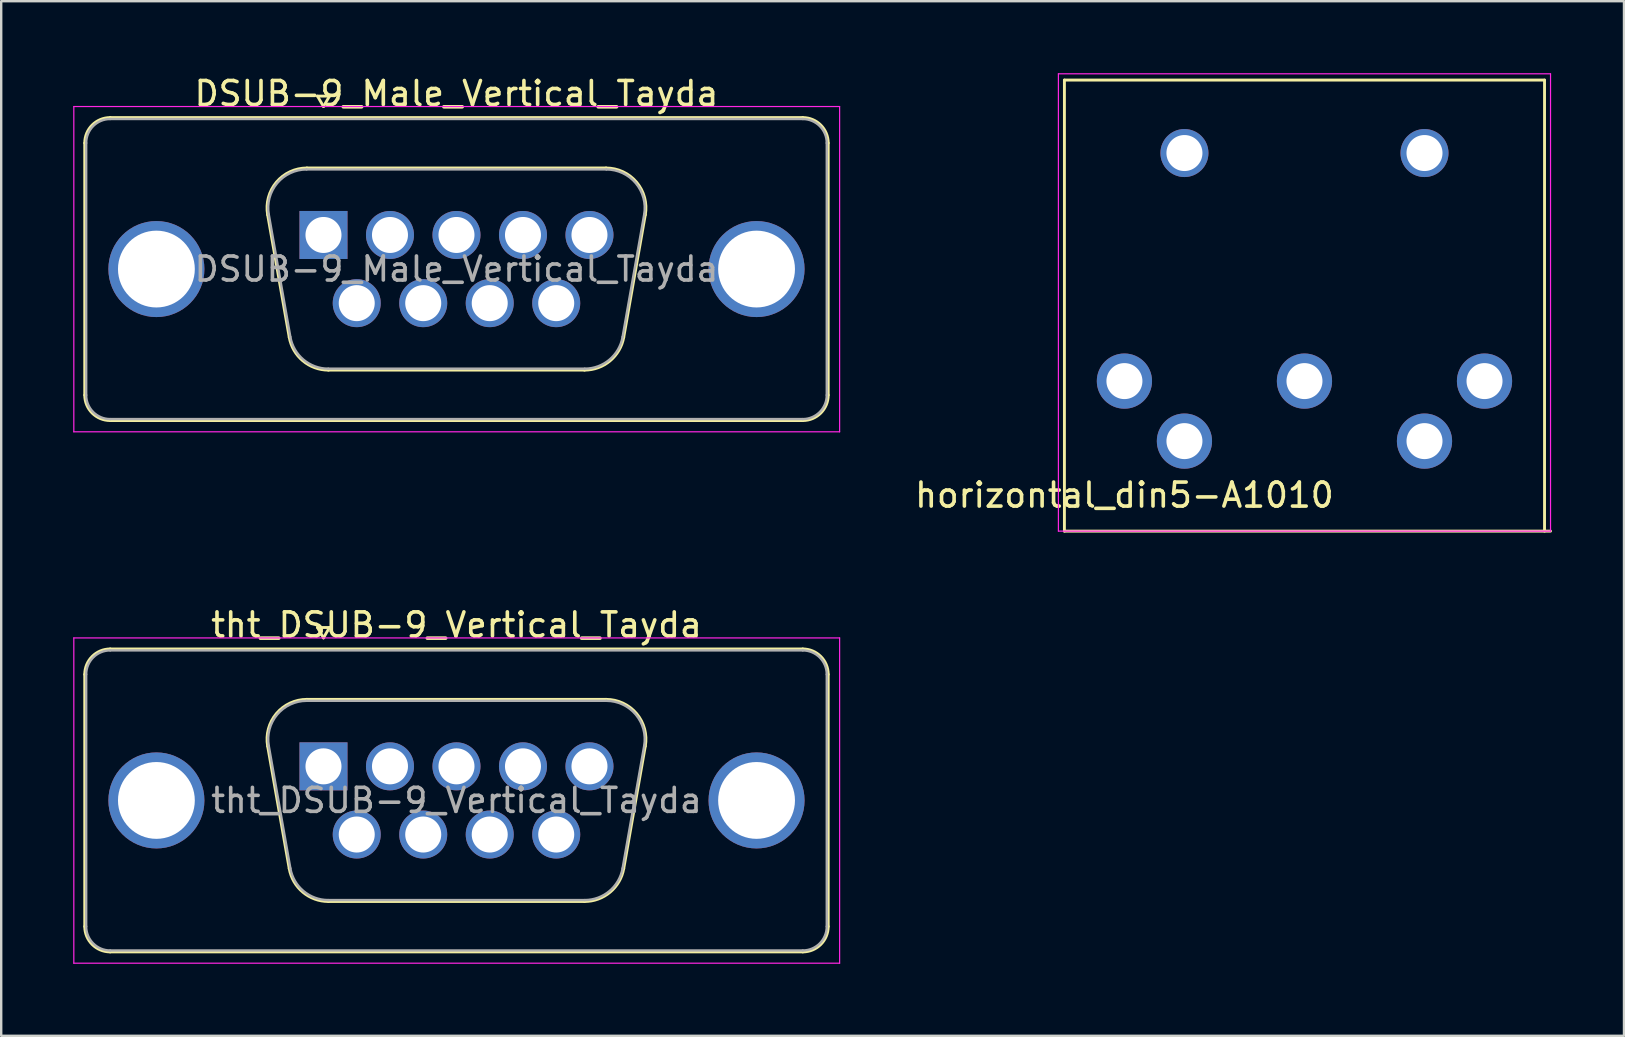
<source format=kicad_pcb>
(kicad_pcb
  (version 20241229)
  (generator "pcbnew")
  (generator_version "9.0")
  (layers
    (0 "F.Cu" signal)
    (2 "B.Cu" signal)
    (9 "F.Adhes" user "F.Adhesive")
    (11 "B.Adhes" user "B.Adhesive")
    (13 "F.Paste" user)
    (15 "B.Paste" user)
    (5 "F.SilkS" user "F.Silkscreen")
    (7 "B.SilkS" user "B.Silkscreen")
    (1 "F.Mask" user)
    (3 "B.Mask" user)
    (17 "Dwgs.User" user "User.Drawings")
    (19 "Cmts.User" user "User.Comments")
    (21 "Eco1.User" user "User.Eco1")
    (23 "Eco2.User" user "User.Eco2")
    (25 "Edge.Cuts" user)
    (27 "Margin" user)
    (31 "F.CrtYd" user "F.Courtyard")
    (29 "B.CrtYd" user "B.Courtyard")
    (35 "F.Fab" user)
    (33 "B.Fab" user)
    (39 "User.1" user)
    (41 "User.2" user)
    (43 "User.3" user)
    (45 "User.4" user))
  (footprint "DSUB-9_Male_Vertical_Tayda"
    (layer "F.Cu")
    (at 10.425 6.738)
    (property "Reference" "DSUB-9_Male_Vertical_Tayda" (at 5.54 -5.89 0) (layer "F.SilkS") (effects (font (size 1 1) (thickness 0.15))))
    (attr through_hole)
    (fp_line (start -9.945 6.67) (end -9.945 -3.83) (stroke (width 0.12) (type solid)) (layer "F.SilkS"))
    (fp_line (start -8.885 -4.89) (end 19.965 -4.89) (stroke (width 0.12) (type solid)) (layer "F.SilkS"))
    (fp_line (start -2.326 -0.842) (end -1.427 4.258) (stroke (width 0.12) (type solid)) (layer "F.SilkS"))
    (fp_line (start -0.692 -2.79) (end 11.772 -2.79) (stroke (width 0.12) (type solid)) (layer "F.SilkS"))
    (fp_line (start -0.25 -5.784) (end 0.25 -5.784) (stroke (width 0.12) (type solid)) (layer "F.SilkS"))
    (fp_line (start 0 -5.351) (end -0.25 -5.784) (stroke (width 0.12) (type solid)) (layer "F.SilkS"))
    (fp_line (start 0.208 5.63) (end 10.872 5.63) (stroke (width 0.12) (type solid)) (layer "F.SilkS"))
    (fp_line (start 0.25 -5.784) (end 0 -5.351) (stroke (width 0.12) (type solid)) (layer "F.SilkS"))
    (fp_line (start 13.406 -0.842) (end 12.507 4.258) (stroke (width 0.12) (type solid)) (layer "F.SilkS"))
    (fp_line (start 19.965 7.73) (end -8.885 7.73) (stroke (width 0.12) (type solid)) (layer "F.SilkS"))
    (fp_line (start 21.025 -3.83) (end 21.025 6.67) (stroke (width 0.12) (type solid)) (layer "F.SilkS"))
    (fp_arc (start -9.945 -3.83) (mid -9.634533 -4.579533) (end -8.885 -4.89) (stroke (width 0.12) (type solid)) (layer "F.SilkS"))
    (fp_arc (start -8.885 7.73) (mid -9.634533 7.419533) (end -9.945 6.67) (stroke (width 0.12) (type solid)) (layer "F.SilkS"))
    (fp_arc (start -2.32647 -0.841744) (mid -1.963323 -2.197028) (end -0.691689 -2.79) (stroke (width 0.12) (type solid)) (layer "F.SilkS"))
    (fp_arc (start 0.207579 5.63) (mid -0.859448 5.241634) (end -1.427202 4.258256) (stroke (width 0.12) (type solid)) (layer "F.SilkS"))
    (fp_arc (start 11.771689 -2.79) (mid 13.043323 -2.197027) (end 13.40647 -0.841744) (stroke (width 0.12) (type solid)) (layer "F.SilkS"))
    (fp_arc (start 12.507202 4.258256) (mid 11.939449 5.241634) (end 10.872421 5.63) (stroke (width 0.12) (type solid)) (layer "F.SilkS"))
    (fp_arc (start 19.965 -4.89) (mid 20.714533 -4.579533) (end 21.025 -3.83) (stroke (width 0.12) (type solid)) (layer "F.SilkS"))
    (fp_arc (start 21.025 6.67) (mid 20.714533 7.419533) (end 19.965 7.73) (stroke (width 0.12) (type solid)) (layer "F.SilkS"))
    (fp_line (start -10.4 -5.35) (end -10.4 8.2) (stroke (width 0.05) (type solid)) (layer "F.CrtYd"))
    (fp_line (start -10.4 8.2) (end 21.5 8.2) (stroke (width 0.05) (type solid)) (layer "F.CrtYd"))
    (fp_line (start 21.5 -5.35) (end -10.4 -5.35) (stroke (width 0.05) (type solid)) (layer "F.CrtYd"))
    (fp_line (start 21.5 8.2) (end 21.5 -5.35) (stroke (width 0.05) (type solid)) (layer "F.CrtYd"))
    (fp_line (start -9.885 6.67) (end -9.885 -3.83) (stroke (width 0.1) (type solid)) (layer "F.Fab"))
    (fp_line (start -8.885 -4.83) (end 19.965 -4.83) (stroke (width 0.1) (type solid)) (layer "F.Fab"))
    (fp_line (start -2.279 -0.852) (end -1.38 4.248) (stroke (width 0.1) (type solid)) (layer "F.Fab"))
    (fp_line (start -0.703 -2.73) (end 11.783 -2.73) (stroke (width 0.1) (type solid)) (layer "F.Fab"))
    (fp_line (start 0.196 5.57) (end 10.884 5.57) (stroke (width 0.1) (type solid)) (layer "F.Fab"))
    (fp_line (start 13.359 -0.852) (end 12.46 4.248) (stroke (width 0.1) (type solid)) (layer "F.Fab"))
    (fp_line (start 19.965 7.67) (end -8.885 7.67) (stroke (width 0.1) (type solid)) (layer "F.Fab"))
    (fp_line (start 20.965 -3.83) (end 20.965 6.67) (stroke (width 0.1) (type solid)) (layer "F.Fab"))
    (fp_arc (start -9.885 -3.83) (mid -9.592107 -4.537107) (end -8.885 -4.83) (stroke (width 0.1) (type solid)) (layer "F.Fab"))
    (fp_arc (start -8.885 7.67) (mid -9.592107 7.377107) (end -9.885 6.67) (stroke (width 0.1) (type solid)) (layer "F.Fab"))
    (fp_arc (start -2.278886 -0.852163) (mid -1.928865 -2.15846) (end -0.703194 -2.73) (stroke (width 0.1) (type solid)) (layer "F.Fab"))
    (fp_arc (start 0.196073 5.57) (mid -0.832387 5.195671) (end -1.379619 4.247837) (stroke (width 0.1) (type solid)) (layer "F.Fab"))
    (fp_arc (start 11.783194 -2.73) (mid 13.008865 -2.15846) (end 13.358886 -0.852163) (stroke (width 0.1) (type solid)) (layer "F.Fab"))
    (fp_arc (start 12.459619 4.247837) (mid 11.912387 5.195671) (end 10.883927 5.57) (stroke (width 0.1) (type solid)) (layer "F.Fab"))
    (fp_arc (start 19.965 -4.83) (mid 20.672107 -4.537107) (end 20.965 -3.83) (stroke (width 0.1) (type solid)) (layer "F.Fab"))
    (fp_arc (start 20.965 6.67) (mid 20.672107 7.377107) (end 19.965 7.67) (stroke (width 0.1) (type solid)) (layer "F.Fab"))
    (fp_text user "${REFERENCE}" (at 5.54 1.42 0) (layer "F.Fab") (effects (font (size 1 1) (thickness 0.15))))
    (pad "0" thru_hole circle (at -6.96 1.42) (size 4 4) (drill 3.2) (layers "*.Cu" "*.Mask"))
    (pad "0" thru_hole circle (at 18.04 1.42) (size 4 4) (drill 3.2) (layers "*.Cu" "*.Mask"))
    (pad "1" thru_hole rect (at 0 0) (size 2 2) (drill 1.5) (layers "*.Cu" "*.Mask"))
    (pad "2" thru_hole circle (at 2.77 0) (size 2 2) (drill 1.5) (layers "*.Cu" "*.Mask"))
    (pad "3" thru_hole circle (at 5.54 0) (size 2 2) (drill 1.5) (layers "*.Cu" "*.Mask"))
    (pad "4" thru_hole circle (at 8.31 0) (size 2 2) (drill 1.5) (layers "*.Cu" "*.Mask"))
    (pad "5" thru_hole circle (at 11.08 0) (size 2 2) (drill 1.5) (layers "*.Cu" "*.Mask"))
    (pad "6" thru_hole circle (at 1.385 2.84) (size 2 2) (drill 1.5) (layers "*.Cu" "*.Mask"))
    (pad "7" thru_hole circle (at 4.155 2.84) (size 2 2) (drill 1.5) (layers "*.Cu" "*.Mask"))
    (pad "8" thru_hole circle (at 6.925 2.84) (size 2 2) (drill 1.5) (layers "*.Cu" "*.Mask"))
    (pad "9" thru_hole circle (at 9.695 2.84) (size 2 2) (drill 1.5) (layers "*.Cu" "*.Mask")))
  (footprint "tht_DSUB-9_Vertical_Tayda"
    (layer "F.Cu")
    (at 10.425 28.873)
    (property "Reference" "tht_DSUB-9_Vertical_Tayda" (at 5.54 -5.89 0) (layer "F.SilkS") (effects (font (size 1 1) (thickness 0.15))))
    (attr through_hole)
    (fp_line (start -9.945 6.67) (end -9.945 -3.83) (stroke (width 0.12) (type solid)) (layer "F.SilkS"))
    (fp_line (start -8.885 -4.89) (end 19.965 -4.89) (stroke (width 0.12) (type solid)) (layer "F.SilkS"))
    (fp_line (start -2.326 -0.842) (end -1.427 4.258) (stroke (width 0.12) (type solid)) (layer "F.SilkS"))
    (fp_line (start -0.692 -2.79) (end 11.772 -2.79) (stroke (width 0.12) (type solid)) (layer "F.SilkS"))
    (fp_line (start -0.25 -5.784) (end 0.25 -5.784) (stroke (width 0.12) (type solid)) (layer "F.SilkS"))
    (fp_line (start 0 -5.351) (end -0.25 -5.784) (stroke (width 0.12) (type solid)) (layer "F.SilkS"))
    (fp_line (start 0.208 5.63) (end 10.872 5.63) (stroke (width 0.12) (type solid)) (layer "F.SilkS"))
    (fp_line (start 0.25 -5.784) (end 0 -5.351) (stroke (width 0.12) (type solid)) (layer "F.SilkS"))
    (fp_line (start 13.406 -0.842) (end 12.507 4.258) (stroke (width 0.12) (type solid)) (layer "F.SilkS"))
    (fp_line (start 19.965 7.73) (end -8.885 7.73) (stroke (width 0.12) (type solid)) (layer "F.SilkS"))
    (fp_line (start 21.025 -3.83) (end 21.025 6.67) (stroke (width 0.12) (type solid)) (layer "F.SilkS"))
    (fp_arc (start -9.945 -3.83) (mid -9.634533 -4.579533) (end -8.885 -4.89) (stroke (width 0.12) (type solid)) (layer "F.SilkS"))
    (fp_arc (start -8.885 7.73) (mid -9.634533 7.419533) (end -9.945 6.67) (stroke (width 0.12) (type solid)) (layer "F.SilkS"))
    (fp_arc (start -2.32647 -0.841744) (mid -1.963323 -2.197028) (end -0.691689 -2.79) (stroke (width 0.12) (type solid)) (layer "F.SilkS"))
    (fp_arc (start 0.207579 5.63) (mid -0.859448 5.241634) (end -1.427202 4.258256) (stroke (width 0.12) (type solid)) (layer "F.SilkS"))
    (fp_arc (start 11.771689 -2.79) (mid 13.043323 -2.197027) (end 13.40647 -0.841744) (stroke (width 0.12) (type solid)) (layer "F.SilkS"))
    (fp_arc (start 12.507202 4.258256) (mid 11.939449 5.241634) (end 10.872421 5.63) (stroke (width 0.12) (type solid)) (layer "F.SilkS"))
    (fp_arc (start 19.965 -4.89) (mid 20.714533 -4.579533) (end 21.025 -3.83) (stroke (width 0.12) (type solid)) (layer "F.SilkS"))
    (fp_arc (start 21.025 6.67) (mid 20.714533 7.419533) (end 19.965 7.73) (stroke (width 0.12) (type solid)) (layer "F.SilkS"))
    (fp_line (start -10.4 -5.35) (end -10.4 8.2) (stroke (width 0.05) (type solid)) (layer "F.CrtYd"))
    (fp_line (start -10.4 8.2) (end 21.5 8.2) (stroke (width 0.05) (type solid)) (layer "F.CrtYd"))
    (fp_line (start 21.5 -5.35) (end -10.4 -5.35) (stroke (width 0.05) (type solid)) (layer "F.CrtYd"))
    (fp_line (start 21.5 8.2) (end 21.5 -5.35) (stroke (width 0.05) (type solid)) (layer "F.CrtYd"))
    (fp_line (start -9.885 6.67) (end -9.885 -3.83) (stroke (width 0.1) (type solid)) (layer "F.Fab"))
    (fp_line (start -8.885 -4.83) (end 19.965 -4.83) (stroke (width 0.1) (type solid)) (layer "F.Fab"))
    (fp_line (start -2.279 -0.852) (end -1.38 4.248) (stroke (width 0.1) (type solid)) (layer "F.Fab"))
    (fp_line (start -0.703 -2.73) (end 11.783 -2.73) (stroke (width 0.1) (type solid)) (layer "F.Fab"))
    (fp_line (start 0.196 5.57) (end 10.884 5.57) (stroke (width 0.1) (type solid)) (layer "F.Fab"))
    (fp_line (start 13.359 -0.852) (end 12.46 4.248) (stroke (width 0.1) (type solid)) (layer "F.Fab"))
    (fp_line (start 19.965 7.67) (end -8.885 7.67) (stroke (width 0.1) (type solid)) (layer "F.Fab"))
    (fp_line (start 20.965 -3.83) (end 20.965 6.67) (stroke (width 0.1) (type solid)) (layer "F.Fab"))
    (fp_arc (start -9.885 -3.83) (mid -9.592107 -4.537107) (end -8.885 -4.83) (stroke (width 0.1) (type solid)) (layer "F.Fab"))
    (fp_arc (start -8.885 7.67) (mid -9.592107 7.377107) (end -9.885 6.67) (stroke (width 0.1) (type solid)) (layer "F.Fab"))
    (fp_arc (start -2.278886 -0.852163) (mid -1.928865 -2.15846) (end -0.703194 -2.73) (stroke (width 0.1) (type solid)) (layer "F.Fab"))
    (fp_arc (start 0.196073 5.57) (mid -0.832387 5.195671) (end -1.379619 4.247837) (stroke (width 0.1) (type solid)) (layer "F.Fab"))
    (fp_arc (start 11.783194 -2.73) (mid 13.008865 -2.15846) (end 13.358886 -0.852163) (stroke (width 0.1) (type solid)) (layer "F.Fab"))
    (fp_arc (start 12.459619 4.247837) (mid 11.912387 5.195671) (end 10.883927 5.57) (stroke (width 0.1) (type solid)) (layer "F.Fab"))
    (fp_arc (start 19.965 -4.83) (mid 20.672107 -4.537107) (end 20.965 -3.83) (stroke (width 0.1) (type solid)) (layer "F.Fab"))
    (fp_arc (start 20.965 6.67) (mid 20.672107 7.377107) (end 19.965 7.67) (stroke (width 0.1) (type solid)) (layer "F.Fab"))
    (fp_text user "${REFERENCE}" (at 5.54 1.42 0) (layer "F.Fab") (effects (font (size 1 1) (thickness 0.15))))
    (pad "0" thru_hole circle (at -6.96 1.42) (size 4 4) (drill 3.2) (layers "*.Cu" "*.Mask"))
    (pad "0" thru_hole circle (at 18.04 1.42) (size 4 4) (drill 3.2) (layers "*.Cu" "*.Mask"))
    (pad "1" thru_hole circle (at 11.08 0) (size 2 2) (drill 1.5) (layers "*.Cu" "*.Mask"))
    (pad "2" thru_hole circle (at 8.31 0) (size 2 2) (drill 1.5) (layers "*.Cu" "*.Mask"))
    (pad "3" thru_hole circle (at 5.54 0) (size 2 2) (drill 1.5) (layers "*.Cu" "*.Mask"))
    (pad "4" thru_hole circle (at 2.77 0) (size 2 2) (drill 1.5) (layers "*.Cu" "*.Mask"))
    (pad "5" thru_hole rect (at 0 0) (size 2 2) (drill 1.5) (layers "*.Cu" "*.Mask"))
    (pad "6" thru_hole circle (at 9.695 2.84) (size 2 2) (drill 1.5) (layers "*.Cu" "*.Mask"))
    (pad "7" thru_hole circle (at 6.925 2.84) (size 2 2) (drill 1.5) (layers "*.Cu" "*.Mask"))
    (pad "8" thru_hole circle (at 4.155 2.84) (size 2 2) (drill 1.5) (layers "*.Cu" "*.Mask"))
    (pad "9" thru_hole circle (at 1.385 2.84) (size 2 2) (drill 1.5) (layers "*.Cu" "*.Mask")))
  (footprint "horizontal_din5-A1010"
    (layer "F.Cu")
    (at 43.789 12.825)
    (property "Reference" "horizontal_din5-A1010" (at 0 4.75 0) (layer "F.SilkS") (effects (font (size 1 1) (thickness 0.15))))
    (attr through_hole)
    (fp_line (start -2.5 6.25) (end -2.5 -12.54) (stroke (width 0.12) (type solid)) (layer "F.SilkS"))
    (fp_line (start 17.5 -12.54) (end -2.5 -12.54) (stroke (width 0.12) (type solid)) (layer "F.SilkS"))
    (fp_line (start 17.5 6.25) (end 17.5 -12.54) (stroke (width 0.12) (type solid)) (layer "F.SilkS"))
    (fp_line (start 17.75 6.25) (end -2.5 6.25) (stroke (width 0.12) (type solid)) (layer "F.SilkS"))
    (fp_line (start -2.75 -12.8) (end -2.75 6.25) (stroke (width 0.05) (type solid)) (layer "F.CrtYd"))
    (fp_line (start 17.75 -12.8) (end -2.75 -12.8) (stroke (width 0.05) (type solid)) (layer "F.CrtYd"))
    (fp_line (start 17.75 6.25) (end -2.75 6.25) (stroke (width 0.05) (type solid)) (layer "F.CrtYd"))
    (fp_line (start 17.75 6.25) (end 17.75 -12.8) (stroke (width 0.05) (type solid)) (layer "F.CrtYd"))
    (pad "" thru_hole circle (at 2.5 -9.5) (size 2 2) (drill 1.5) (layers "*.Cu" "*.Mask"))
    (pad "" thru_hole circle (at 12.5 -9.5) (size 2 2) (drill 1.5) (layers "*.Cu" "*.Mask"))
    (pad "1" thru_hole circle (at 0 0) (size 2.3 2.3) (drill 1.5) (layers "*.Cu" "*.Mask"))
    (pad "2" thru_hole circle (at 7.5 0) (size 2.3 2.3) (drill 1.5) (layers "*.Cu" "*.Mask"))
    (pad "3" thru_hole circle (at 15 0) (size 2.3 2.3) (drill 1.5) (layers "*.Cu" "*.Mask"))
    (pad "4" thru_hole circle (at 2.5 2.5) (size 2.3 2.3) (drill 1.5) (layers "*.Cu" "*.Mask"))
    (pad "5" thru_hole circle (at 12.5 2.5) (size 2.3 2.3) (drill 1.5) (layers "*.Cu" "*.Mask")))
  (gr_rect
    (start -3 -3)
    (end 64.599 40.098)
    (stroke (width 0.1) (type default))
    (fill no)
    (layer "Edge.Cuts")))
</source>
